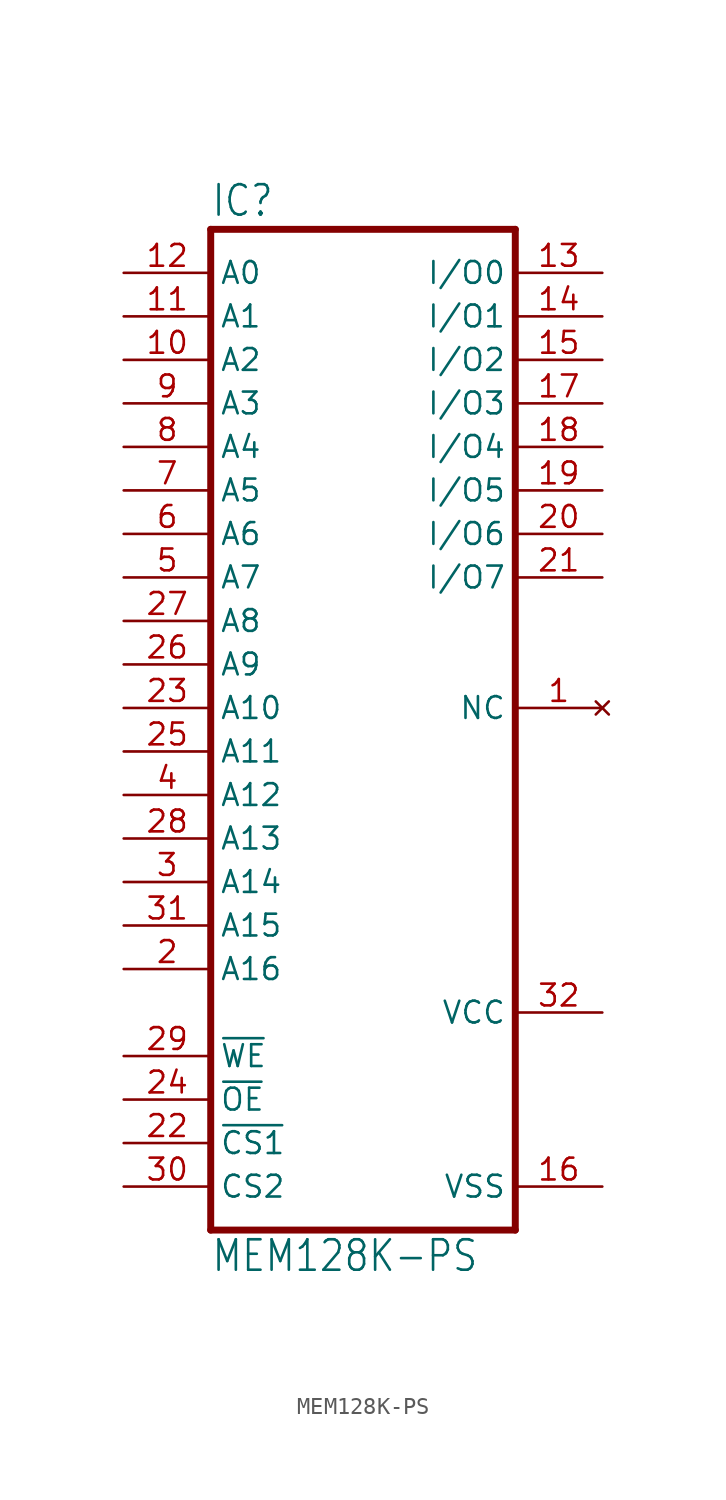
<source format=kicad_sym>
(kicad_symbol_lib
  (version 20211014)
  (generator kicad_symbol_editor)
  (symbol "MEM128K-PS"
    (property "Reference" "IC"
      (at -10.16 31.115 0)
      (effects (font (size 1.778 1.511)) (justify left bottom)))
    (property "Value" "MEM128K-PS"
      (at -10.16 -30.48 0)
      (effects (font (size 1.778 1.511)) (justify left bottom)))
    (property "ki_locked" ""
      (at 0 0 0)
      (effects (font (size 1.27 1.27))))
    (symbol "MEM128K-PS_1_0"
      (polyline (pts (xy -10.16 -27.94) (xy -10.16 30.48)) (stroke (width 0.406) (type default) (color 0 0 0 0)) (fill (type none)))
      (polyline (pts (xy -10.16 -27.94) (xy 7.62 -27.94)) (stroke (width 0.406) (type default) (color 0 0 0 0)) (fill (type none)))
      (polyline (pts (xy 7.62 30.48) (xy -10.16 30.48)) (stroke (width 0.406) (type default) (color 0 0 0 0)) (fill (type none)))
      (polyline (pts (xy 7.62 30.48) (xy 7.62 -27.94)) (stroke (width 0.406) (type default) (color 0 0 0 0)) (fill (type none)))
      (pin no_connect line (at 12.7 2.54 180) (length 5.08) (name "NC" (effects (font (size 1.27 1.27)))) (number "1" (effects (font (size 1.27 1.27)))))
      (pin input line (at -15.24 22.86 0) (length 5.08) (name "A2" (effects (font (size 1.27 1.27)))) (number "10" (effects (font (size 1.27 1.27)))))
      (pin input line (at -15.24 25.4 0) (length 5.08) (name "A1" (effects (font (size 1.27 1.27)))) (number "11" (effects (font (size 1.27 1.27)))))
      (pin input line (at -15.24 27.94 0) (length 5.08) (name "A0" (effects (font (size 1.27 1.27)))) (number "12" (effects (font (size 1.27 1.27)))))
      (pin bidirectional line (at 12.7 27.94 180) (length 5.08) (name "I/O0" (effects (font (size 1.27 1.27)))) (number "13" (effects (font (size 1.27 1.27)))))
      (pin bidirectional line (at 12.7 25.4 180) (length 5.08) (name "I/O1" (effects (font (size 1.27 1.27)))) (number "14" (effects (font (size 1.27 1.27)))))
      (pin bidirectional line (at 12.7 22.86 180) (length 5.08) (name "I/O2" (effects (font (size 1.27 1.27)))) (number "15" (effects (font (size 1.27 1.27)))))
      (pin power_in line (at 12.7 -25.4 180) (length 5.08) (name "VSS" (effects (font (size 1.27 1.27)))) (number "16" (effects (font (size 1.27 1.27)))))
      (pin bidirectional line (at 12.7 20.32 180) (length 5.08) (name "I/O3" (effects (font (size 1.27 1.27)))) (number "17" (effects (font (size 1.27 1.27)))))
      (pin bidirectional line (at 12.7 17.78 180) (length 5.08) (name "I/O4" (effects (font (size 1.27 1.27)))) (number "18" (effects (font (size 1.27 1.27)))))
      (pin bidirectional line (at 12.7 15.24 180) (length 5.08) (name "I/O5" (effects (font (size 1.27 1.27)))) (number "19" (effects (font (size 1.27 1.27)))))
      (pin input line (at -15.24 -12.7 0) (length 5.08) (name "A16" (effects (font (size 1.27 1.27)))) (number "2" (effects (font (size 1.27 1.27)))))
      (pin bidirectional line (at 12.7 12.7 180) (length 5.08) (name "I/O6" (effects (font (size 1.27 1.27)))) (number "20" (effects (font (size 1.27 1.27)))))
      (pin bidirectional line (at 12.7 10.16 180) (length 5.08) (name "I/O7" (effects (font (size 1.27 1.27)))) (number "21" (effects (font (size 1.27 1.27)))))
      (pin input line (at -15.24 -22.86 0) (length 5.08) (name "~{CS1}" (effects (font (size 1.27 1.27)))) (number "22" (effects (font (size 1.27 1.27)))))
      (pin input line (at -15.24 2.54 0) (length 5.08) (name "A10" (effects (font (size 1.27 1.27)))) (number "23" (effects (font (size 1.27 1.27)))))
      (pin input line (at -15.24 -20.32 0) (length 5.08) (name "~{OE}" (effects (font (size 1.27 1.27)))) (number "24" (effects (font (size 1.27 1.27)))))
      (pin input line (at -15.24 0 0) (length 5.08) (name "A11" (effects (font (size 1.27 1.27)))) (number "25" (effects (font (size 1.27 1.27)))))
      (pin input line (at -15.24 5.08 0) (length 5.08) (name "A9" (effects (font (size 1.27 1.27)))) (number "26" (effects (font (size 1.27 1.27)))))
      (pin input line (at -15.24 7.62 0) (length 5.08) (name "A8" (effects (font (size 1.27 1.27)))) (number "27" (effects (font (size 1.27 1.27)))))
      (pin input line (at -15.24 -5.08 0) (length 5.08) (name "A13" (effects (font (size 1.27 1.27)))) (number "28" (effects (font (size 1.27 1.27)))))
      (pin input line (at -15.24 -17.78 0) (length 5.08) (name "~{WE}" (effects (font (size 1.27 1.27)))) (number "29" (effects (font (size 1.27 1.27)))))
      (pin input line (at -15.24 -7.62 0) (length 5.08) (name "A14" (effects (font (size 1.27 1.27)))) (number "3" (effects (font (size 1.27 1.27)))))
      (pin input line (at -15.24 -25.4 0) (length 5.08) (name "CS2" (effects (font (size 1.27 1.27)))) (number "30" (effects (font (size 1.27 1.27)))))
      (pin input line (at -15.24 -10.16 0) (length 5.08) (name "A15" (effects (font (size 1.27 1.27)))) (number "31" (effects (font (size 1.27 1.27)))))
      (pin power_in line (at 12.7 -15.24 180) (length 5.08) (name "VCC" (effects (font (size 1.27 1.27)))) (number "32" (effects (font (size 1.27 1.27)))))
      (pin input line (at -15.24 -2.54 0) (length 5.08) (name "A12" (effects (font (size 1.27 1.27)))) (number "4" (effects (font (size 1.27 1.27)))))
      (pin input line (at -15.24 10.16 0) (length 5.08) (name "A7" (effects (font (size 1.27 1.27)))) (number "5" (effects (font (size 1.27 1.27)))))
      (pin input line (at -15.24 12.7 0) (length 5.08) (name "A6" (effects (font (size 1.27 1.27)))) (number "6" (effects (font (size 1.27 1.27)))))
      (pin input line (at -15.24 15.24 0) (length 5.08) (name "A5" (effects (font (size 1.27 1.27)))) (number "7" (effects (font (size 1.27 1.27)))))
      (pin input line (at -15.24 17.78 0) (length 5.08) (name "A4" (effects (font (size 1.27 1.27)))) (number "8" (effects (font (size 1.27 1.27)))))
      (pin input line (at -15.24 20.32 0) (length 5.08) (name "A3" (effects (font (size 1.27 1.27)))) (number "9" (effects (font (size 1.27 1.27))))))))
</source>
